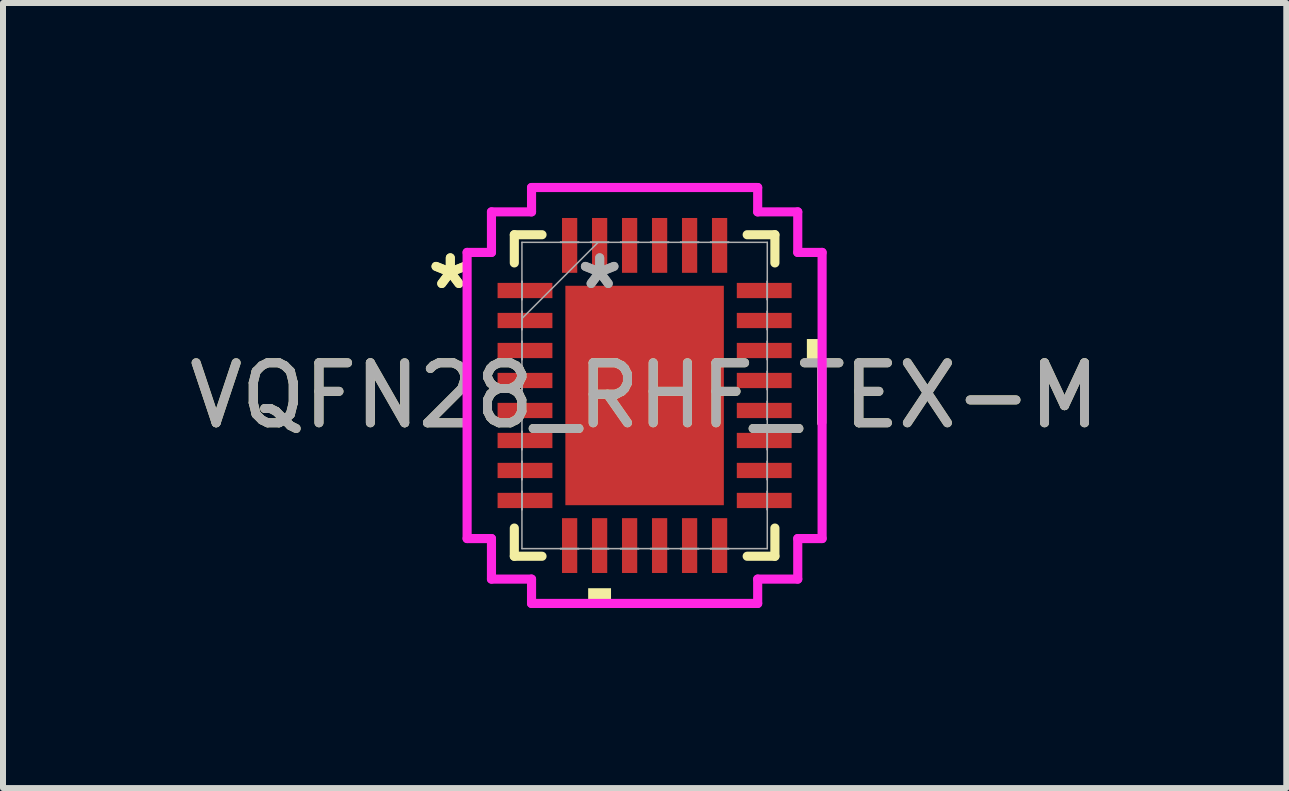
<source format=kicad_pcb>
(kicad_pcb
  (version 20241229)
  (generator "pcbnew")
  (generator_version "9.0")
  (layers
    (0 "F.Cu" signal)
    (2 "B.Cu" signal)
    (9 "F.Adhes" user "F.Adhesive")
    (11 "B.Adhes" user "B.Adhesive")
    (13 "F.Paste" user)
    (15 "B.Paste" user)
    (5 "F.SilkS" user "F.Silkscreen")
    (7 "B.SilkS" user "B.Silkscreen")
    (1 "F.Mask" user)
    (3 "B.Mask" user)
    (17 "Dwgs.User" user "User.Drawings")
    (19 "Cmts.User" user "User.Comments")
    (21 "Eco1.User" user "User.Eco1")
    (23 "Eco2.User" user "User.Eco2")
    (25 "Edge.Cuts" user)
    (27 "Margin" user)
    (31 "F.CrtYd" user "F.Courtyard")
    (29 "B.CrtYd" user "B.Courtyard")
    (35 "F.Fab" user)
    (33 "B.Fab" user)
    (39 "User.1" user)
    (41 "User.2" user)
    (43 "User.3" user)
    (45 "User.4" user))
  (footprint "VQFN28_RHF_TEX-M"
    (layer "F.Cu")
    (at 7.696 3.543)
    (property "Reference" "VQFN28_RHF_TEX-M" (at 0 0 0) (unlocked yes) (layer "F.SilkS") (effects (font (size 1 1) (thickness 0.15))))
    (attr smd)
    (fp_line (start -2.172 -2.68) (end -2.172 -2.21) (stroke (width 0.152) (type solid)) (layer "F.SilkS"))
    (fp_line (start -2.172 2.21) (end -2.172 2.68) (stroke (width 0.152) (type solid)) (layer "F.SilkS"))
    (fp_line (start -2.172 2.68) (end -1.71 2.68) (stroke (width 0.152) (type solid)) (layer "F.SilkS"))
    (fp_line (start -1.71 -2.68) (end -2.172 -2.68) (stroke (width 0.152) (type solid)) (layer "F.SilkS"))
    (fp_line (start 1.71 2.68) (end 2.172 2.68) (stroke (width 0.152) (type solid)) (layer "F.SilkS"))
    (fp_line (start 2.172 -2.68) (end 1.71 -2.68) (stroke (width 0.152) (type solid)) (layer "F.SilkS"))
    (fp_line (start 2.172 -2.21) (end 2.172 -2.68) (stroke (width 0.152) (type solid)) (layer "F.SilkS"))
    (fp_line (start 2.172 2.68) (end 2.172 2.21) (stroke (width 0.152) (type solid)) (layer "F.SilkS"))
    (fp_poly (pts (xy -0.941 3.213) (xy -0.941 3.467) (xy -0.56 3.467) (xy -0.56 3.213)) (stroke (width 0) (type solid)) (fill yes) (layer "F.SilkS"))
    (fp_poly (pts (xy 2.959 -0.941) (xy 2.959 -0.56) (xy 2.705 -0.56) (xy 2.705 -0.941)) (stroke (width 0) (type solid)) (fill yes) (layer "F.SilkS"))
    (fp_line (start -2.959 -2.385) (end -2.553 -2.385) (stroke (width 0.152) (type solid)) (layer "F.CrtYd"))
    (fp_line (start -2.959 2.385) (end -2.959 -2.385) (stroke (width 0.152) (type solid)) (layer "F.CrtYd"))
    (fp_line (start -2.553 -3.061) (end -1.885 -3.061) (stroke (width 0.152) (type solid)) (layer "F.CrtYd"))
    (fp_line (start -2.553 -2.385) (end -2.553 -3.061) (stroke (width 0.152) (type solid)) (layer "F.CrtYd"))
    (fp_line (start -2.553 2.385) (end -2.959 2.385) (stroke (width 0.152) (type solid)) (layer "F.CrtYd"))
    (fp_line (start -2.553 3.061) (end -2.553 2.385) (stroke (width 0.152) (type solid)) (layer "F.CrtYd"))
    (fp_line (start -1.885 -3.467) (end 1.885 -3.467) (stroke (width 0.152) (type solid)) (layer "F.CrtYd"))
    (fp_line (start -1.885 -3.061) (end -1.885 -3.467) (stroke (width 0.152) (type solid)) (layer "F.CrtYd"))
    (fp_line (start -1.885 3.061) (end -2.553 3.061) (stroke (width 0.152) (type solid)) (layer "F.CrtYd"))
    (fp_line (start -1.885 3.467) (end -1.885 3.061) (stroke (width 0.152) (type solid)) (layer "F.CrtYd"))
    (fp_line (start 1.885 -3.467) (end 1.885 -3.061) (stroke (width 0.152) (type solid)) (layer "F.CrtYd"))
    (fp_line (start 1.885 -3.061) (end 2.553 -3.061) (stroke (width 0.152) (type solid)) (layer "F.CrtYd"))
    (fp_line (start 1.885 3.061) (end 1.885 3.467) (stroke (width 0.152) (type solid)) (layer "F.CrtYd"))
    (fp_line (start 1.885 3.467) (end -1.885 3.467) (stroke (width 0.152) (type solid)) (layer "F.CrtYd"))
    (fp_line (start 2.553 -3.061) (end 2.553 -2.385) (stroke (width 0.152) (type solid)) (layer "F.CrtYd"))
    (fp_line (start 2.553 -2.385) (end 2.959 -2.385) (stroke (width 0.152) (type solid)) (layer "F.CrtYd"))
    (fp_line (start 2.553 2.385) (end 2.553 3.061) (stroke (width 0.152) (type solid)) (layer "F.CrtYd"))
    (fp_line (start 2.553 3.061) (end 1.885 3.061) (stroke (width 0.152) (type solid)) (layer "F.CrtYd"))
    (fp_line (start 2.959 -2.385) (end 2.959 2.385) (stroke (width 0.152) (type solid)) (layer "F.CrtYd"))
    (fp_line (start 2.959 2.385) (end 2.553 2.385) (stroke (width 0.152) (type solid)) (layer "F.CrtYd"))
    (fp_line (start -2.045 -2.553) (end -2.045 2.553) (stroke (width 0.025) (type solid)) (layer "F.Fab"))
    (fp_line (start -2.045 -1.903) (end -2.045 -1.903) (stroke (width 0.025) (type solid)) (layer "F.Fab"))
    (fp_line (start -2.045 -1.903) (end -2.045 -1.598) (stroke (width 0.025) (type solid)) (layer "F.Fab"))
    (fp_line (start -2.045 -1.598) (end -2.045 -1.903) (stroke (width 0.025) (type solid)) (layer "F.Fab"))
    (fp_line (start -2.045 -1.598) (end -2.045 -1.598) (stroke (width 0.025) (type solid)) (layer "F.Fab"))
    (fp_line (start -2.045 -1.403) (end -2.045 -1.403) (stroke (width 0.025) (type solid)) (layer "F.Fab"))
    (fp_line (start -2.045 -1.403) (end -2.045 -1.098) (stroke (width 0.025) (type solid)) (layer "F.Fab"))
    (fp_line (start -2.045 -1.283) (end -0.775 -2.553) (stroke (width 0.025) (type solid)) (layer "F.Fab"))
    (fp_line (start -2.045 -1.098) (end -2.045 -1.403) (stroke (width 0.025) (type solid)) (layer "F.Fab"))
    (fp_line (start -2.045 -1.098) (end -2.045 -1.098) (stroke (width 0.025) (type solid)) (layer "F.Fab"))
    (fp_line (start -2.045 -0.903) (end -2.045 -0.903) (stroke (width 0.025) (type solid)) (layer "F.Fab"))
    (fp_line (start -2.045 -0.903) (end -2.045 -0.598) (stroke (width 0.025) (type solid)) (layer "F.Fab"))
    (fp_line (start -2.045 -0.598) (end -2.045 -0.903) (stroke (width 0.025) (type solid)) (layer "F.Fab"))
    (fp_line (start -2.045 -0.598) (end -2.045 -0.598) (stroke (width 0.025) (type solid)) (layer "F.Fab"))
    (fp_line (start -2.045 -0.402) (end -2.045 -0.402) (stroke (width 0.025) (type solid)) (layer "F.Fab"))
    (fp_line (start -2.045 -0.402) (end -2.045 -0.098) (stroke (width 0.025) (type solid)) (layer "F.Fab"))
    (fp_line (start -2.045 -0.098) (end -2.045 -0.402) (stroke (width 0.025) (type solid)) (layer "F.Fab"))
    (fp_line (start -2.045 -0.098) (end -2.045 -0.098) (stroke (width 0.025) (type solid)) (layer "F.Fab"))
    (fp_line (start -2.045 0.098) (end -2.045 0.098) (stroke (width 0.025) (type solid)) (layer "F.Fab"))
    (fp_line (start -2.045 0.098) (end -2.045 0.402) (stroke (width 0.025) (type solid)) (layer "F.Fab"))
    (fp_line (start -2.045 0.402) (end -2.045 0.098) (stroke (width 0.025) (type solid)) (layer "F.Fab"))
    (fp_line (start -2.045 0.402) (end -2.045 0.402) (stroke (width 0.025) (type solid)) (layer "F.Fab"))
    (fp_line (start -2.045 0.598) (end -2.045 0.598) (stroke (width 0.025) (type solid)) (layer "F.Fab"))
    (fp_line (start -2.045 0.598) (end -2.045 0.903) (stroke (width 0.025) (type solid)) (layer "F.Fab"))
    (fp_line (start -2.045 0.903) (end -2.045 0.598) (stroke (width 0.025) (type solid)) (layer "F.Fab"))
    (fp_line (start -2.045 0.903) (end -2.045 0.903) (stroke (width 0.025) (type solid)) (layer "F.Fab"))
    (fp_line (start -2.045 1.098) (end -2.045 1.098) (stroke (width 0.025) (type solid)) (layer "F.Fab"))
    (fp_line (start -2.045 1.098) (end -2.045 1.403) (stroke (width 0.025) (type solid)) (layer "F.Fab"))
    (fp_line (start -2.045 1.403) (end -2.045 1.098) (stroke (width 0.025) (type solid)) (layer "F.Fab"))
    (fp_line (start -2.045 1.403) (end -2.045 1.403) (stroke (width 0.025) (type solid)) (layer "F.Fab"))
    (fp_line (start -2.045 1.598) (end -2.045 1.598) (stroke (width 0.025) (type solid)) (layer "F.Fab"))
    (fp_line (start -2.045 1.598) (end -2.045 1.903) (stroke (width 0.025) (type solid)) (layer "F.Fab"))
    (fp_line (start -2.045 1.903) (end -2.045 1.598) (stroke (width 0.025) (type solid)) (layer "F.Fab"))
    (fp_line (start -2.045 1.903) (end -2.045 1.903) (stroke (width 0.025) (type solid)) (layer "F.Fab"))
    (fp_line (start -2.045 2.553) (end 2.045 2.553) (stroke (width 0.025) (type solid)) (layer "F.Fab"))
    (fp_line (start -1.403 -2.553) (end -1.403 -2.553) (stroke (width 0.025) (type solid)) (layer "F.Fab"))
    (fp_line (start -1.403 -2.553) (end -1.098 -2.553) (stroke (width 0.025) (type solid)) (layer "F.Fab"))
    (fp_line (start -1.403 2.553) (end -1.403 2.553) (stroke (width 0.025) (type solid)) (layer "F.Fab"))
    (fp_line (start -1.403 2.553) (end -1.098 2.553) (stroke (width 0.025) (type solid)) (layer "F.Fab"))
    (fp_line (start -1.098 -2.553) (end -1.403 -2.553) (stroke (width 0.025) (type solid)) (layer "F.Fab"))
    (fp_line (start -1.098 -2.553) (end -1.098 -2.553) (stroke (width 0.025) (type solid)) (layer "F.Fab"))
    (fp_line (start -1.098 2.553) (end -1.403 2.553) (stroke (width 0.025) (type solid)) (layer "F.Fab"))
    (fp_line (start -1.098 2.553) (end -1.098 2.553) (stroke (width 0.025) (type solid)) (layer "F.Fab"))
    (fp_line (start -0.903 -2.553) (end -0.903 -2.553) (stroke (width 0.025) (type solid)) (layer "F.Fab"))
    (fp_line (start -0.903 -2.553) (end -0.598 -2.553) (stroke (width 0.025) (type solid)) (layer "F.Fab"))
    (fp_line (start -0.903 2.553) (end -0.903 2.553) (stroke (width 0.025) (type solid)) (layer "F.Fab"))
    (fp_line (start -0.903 2.553) (end -0.598 2.553) (stroke (width 0.025) (type solid)) (layer "F.Fab"))
    (fp_line (start -0.598 -2.553) (end -0.903 -2.553) (stroke (width 0.025) (type solid)) (layer "F.Fab"))
    (fp_line (start -0.598 -2.553) (end -0.598 -2.553) (stroke (width 0.025) (type solid)) (layer "F.Fab"))
    (fp_line (start -0.598 2.553) (end -0.903 2.553) (stroke (width 0.025) (type solid)) (layer "F.Fab"))
    (fp_line (start -0.598 2.553) (end -0.598 2.553) (stroke (width 0.025) (type solid)) (layer "F.Fab"))
    (fp_line (start -0.402 -2.553) (end -0.402 -2.553) (stroke (width 0.025) (type solid)) (layer "F.Fab"))
    (fp_line (start -0.402 -2.553) (end -0.098 -2.553) (stroke (width 0.025) (type solid)) (layer "F.Fab"))
    (fp_line (start -0.402 2.553) (end -0.402 2.553) (stroke (width 0.025) (type solid)) (layer "F.Fab"))
    (fp_line (start -0.402 2.553) (end -0.098 2.553) (stroke (width 0.025) (type solid)) (layer "F.Fab"))
    (fp_line (start -0.098 -2.553) (end -0.402 -2.553) (stroke (width 0.025) (type solid)) (layer "F.Fab"))
    (fp_line (start -0.098 -2.553) (end -0.098 -2.553) (stroke (width 0.025) (type solid)) (layer "F.Fab"))
    (fp_line (start -0.098 2.553) (end -0.402 2.553) (stroke (width 0.025) (type solid)) (layer "F.Fab"))
    (fp_line (start -0.098 2.553) (end -0.098 2.553) (stroke (width 0.025) (type solid)) (layer "F.Fab"))
    (fp_line (start 0.098 -2.553) (end 0.098 -2.553) (stroke (width 0.025) (type solid)) (layer "F.Fab"))
    (fp_line (start 0.098 -2.553) (end 0.402 -2.553) (stroke (width 0.025) (type solid)) (layer "F.Fab"))
    (fp_line (start 0.098 2.553) (end 0.098 2.553) (stroke (width 0.025) (type solid)) (layer "F.Fab"))
    (fp_line (start 0.098 2.553) (end 0.402 2.553) (stroke (width 0.025) (type solid)) (layer "F.Fab"))
    (fp_line (start 0.402 -2.553) (end 0.098 -2.553) (stroke (width 0.025) (type solid)) (layer "F.Fab"))
    (fp_line (start 0.402 -2.553) (end 0.402 -2.553) (stroke (width 0.025) (type solid)) (layer "F.Fab"))
    (fp_line (start 0.402 2.553) (end 0.098 2.553) (stroke (width 0.025) (type solid)) (layer "F.Fab"))
    (fp_line (start 0.402 2.553) (end 0.402 2.553) (stroke (width 0.025) (type solid)) (layer "F.Fab"))
    (fp_line (start 0.598 -2.553) (end 0.598 -2.553) (stroke (width 0.025) (type solid)) (layer "F.Fab"))
    (fp_line (start 0.598 -2.553) (end 0.903 -2.553) (stroke (width 0.025) (type solid)) (layer "F.Fab"))
    (fp_line (start 0.598 2.553) (end 0.598 2.553) (stroke (width 0.025) (type solid)) (layer "F.Fab"))
    (fp_line (start 0.598 2.553) (end 0.903 2.553) (stroke (width 0.025) (type solid)) (layer "F.Fab"))
    (fp_line (start 0.903 -2.553) (end 0.598 -2.553) (stroke (width 0.025) (type solid)) (layer "F.Fab"))
    (fp_line (start 0.903 -2.553) (end 0.903 -2.553) (stroke (width 0.025) (type solid)) (layer "F.Fab"))
    (fp_line (start 0.903 2.553) (end 0.598 2.553) (stroke (width 0.025) (type solid)) (layer "F.Fab"))
    (fp_line (start 0.903 2.553) (end 0.903 2.553) (stroke (width 0.025) (type solid)) (layer "F.Fab"))
    (fp_line (start 1.098 -2.553) (end 1.098 -2.553) (stroke (width 0.025) (type solid)) (layer "F.Fab"))
    (fp_line (start 1.098 -2.553) (end 1.403 -2.553) (stroke (width 0.025) (type solid)) (layer "F.Fab"))
    (fp_line (start 1.098 2.553) (end 1.098 2.553) (stroke (width 0.025) (type solid)) (layer "F.Fab"))
    (fp_line (start 1.098 2.553) (end 1.403 2.553) (stroke (width 0.025) (type solid)) (layer "F.Fab"))
    (fp_line (start 1.403 -2.553) (end 1.098 -2.553) (stroke (width 0.025) (type solid)) (layer "F.Fab"))
    (fp_line (start 1.403 -2.553) (end 1.403 -2.553) (stroke (width 0.025) (type solid)) (layer "F.Fab"))
    (fp_line (start 1.403 2.553) (end 1.098 2.553) (stroke (width 0.025) (type solid)) (layer "F.Fab"))
    (fp_line (start 1.403 2.553) (end 1.403 2.553) (stroke (width 0.025) (type solid)) (layer "F.Fab"))
    (fp_line (start 2.045 -2.553) (end -2.045 -2.553) (stroke (width 0.025) (type solid)) (layer "F.Fab"))
    (fp_line (start 2.045 -1.903) (end 2.045 -1.903) (stroke (width 0.025) (type solid)) (layer "F.Fab"))
    (fp_line (start 2.045 -1.903) (end 2.045 -1.598) (stroke (width 0.025) (type solid)) (layer "F.Fab"))
    (fp_line (start 2.045 -1.598) (end 2.045 -1.903) (stroke (width 0.025) (type solid)) (layer "F.Fab"))
    (fp_line (start 2.045 -1.598) (end 2.045 -1.598) (stroke (width 0.025) (type solid)) (layer "F.Fab"))
    (fp_line (start 2.045 -1.403) (end 2.045 -1.403) (stroke (width 0.025) (type solid)) (layer "F.Fab"))
    (fp_line (start 2.045 -1.403) (end 2.045 -1.098) (stroke (width 0.025) (type solid)) (layer "F.Fab"))
    (fp_line (start 2.045 -1.098) (end 2.045 -1.403) (stroke (width 0.025) (type solid)) (layer "F.Fab"))
    (fp_line (start 2.045 -1.098) (end 2.045 -1.098) (stroke (width 0.025) (type solid)) (layer "F.Fab"))
    (fp_line (start 2.045 -0.903) (end 2.045 -0.903) (stroke (width 0.025) (type solid)) (layer "F.Fab"))
    (fp_line (start 2.045 -0.903) (end 2.045 -0.598) (stroke (width 0.025) (type solid)) (layer "F.Fab"))
    (fp_line (start 2.045 -0.598) (end 2.045 -0.903) (stroke (width 0.025) (type solid)) (layer "F.Fab"))
    (fp_line (start 2.045 -0.598) (end 2.045 -0.598) (stroke (width 0.025) (type solid)) (layer "F.Fab"))
    (fp_line (start 2.045 -0.402) (end 2.045 -0.402) (stroke (width 0.025) (type solid)) (layer "F.Fab"))
    (fp_line (start 2.045 -0.402) (end 2.045 -0.098) (stroke (width 0.025) (type solid)) (layer "F.Fab"))
    (fp_line (start 2.045 -0.098) (end 2.045 -0.402) (stroke (width 0.025) (type solid)) (layer "F.Fab"))
    (fp_line (start 2.045 -0.098) (end 2.045 -0.098) (stroke (width 0.025) (type solid)) (layer "F.Fab"))
    (fp_line (start 2.045 0.098) (end 2.045 0.098) (stroke (width 0.025) (type solid)) (layer "F.Fab"))
    (fp_line (start 2.045 0.098) (end 2.045 0.402) (stroke (width 0.025) (type solid)) (layer "F.Fab"))
    (fp_line (start 2.045 0.402) (end 2.045 0.098) (stroke (width 0.025) (type solid)) (layer "F.Fab"))
    (fp_line (start 2.045 0.402) (end 2.045 0.402) (stroke (width 0.025) (type solid)) (layer "F.Fab"))
    (fp_line (start 2.045 0.598) (end 2.045 0.598) (stroke (width 0.025) (type solid)) (layer "F.Fab"))
    (fp_line (start 2.045 0.598) (end 2.045 0.903) (stroke (width 0.025) (type solid)) (layer "F.Fab"))
    (fp_line (start 2.045 0.903) (end 2.045 0.598) (stroke (width 0.025) (type solid)) (layer "F.Fab"))
    (fp_line (start 2.045 0.903) (end 2.045 0.903) (stroke (width 0.025) (type solid)) (layer "F.Fab"))
    (fp_line (start 2.045 1.098) (end 2.045 1.098) (stroke (width 0.025) (type solid)) (layer "F.Fab"))
    (fp_line (start 2.045 1.098) (end 2.045 1.403) (stroke (width 0.025) (type solid)) (layer "F.Fab"))
    (fp_line (start 2.045 1.403) (end 2.045 1.098) (stroke (width 0.025) (type solid)) (layer "F.Fab"))
    (fp_line (start 2.045 1.403) (end 2.045 1.403) (stroke (width 0.025) (type solid)) (layer "F.Fab"))
    (fp_line (start 2.045 1.598) (end 2.045 1.598) (stroke (width 0.025) (type solid)) (layer "F.Fab"))
    (fp_line (start 2.045 1.598) (end 2.045 1.903) (stroke (width 0.025) (type solid)) (layer "F.Fab"))
    (fp_line (start 2.045 1.903) (end 2.045 1.598) (stroke (width 0.025) (type solid)) (layer "F.Fab"))
    (fp_line (start 2.045 1.903) (end 2.045 1.903) (stroke (width 0.025) (type solid)) (layer "F.Fab"))
    (fp_line (start 2.045 2.553) (end 2.045 -2.553) (stroke (width 0.025) (type solid)) (layer "F.Fab"))
    (fp_text user "*" (at -3.239 -1.75 0) (layer "F.SilkS") (effects (font (size 1 1) (thickness 0.15))))
    (fp_text user "*" (at -3.239 -1.75 0) (unlocked yes) (layer "F.SilkS") (effects (font (size 1 1) (thickness 0.15))))
    (fp_text user "${REFERENCE}" (at 0 0 0) (unlocked yes) (layer "F.Fab") (effects (font (size 1 1) (thickness 0.15))))
    (fp_text user "*" (at -0.749 -1.75 0) (layer "F.Fab") (effects (font (size 1 1) (thickness 0.15))))
    (fp_text user "*" (at -0.749 -1.75 0) (unlocked yes) (layer "F.Fab") (effects (font (size 1 1) (thickness 0.15))))
    (pad "1" smd rect (at -1.994 -1.75 90) (size 0.254 0.914) (layers "F.Cu" "F.Mask" "F.Paste"))
    (pad "2" smd rect (at -1.994 -1.25 90) (size 0.254 0.914) (layers "F.Cu" "F.Mask" "F.Paste"))
    (pad "3" smd rect (at -1.994 -0.75 90) (size 0.254 0.914) (layers "F.Cu" "F.Mask" "F.Paste"))
    (pad "4" smd rect (at -1.994 -0.25 90) (size 0.254 0.914) (layers "F.Cu" "F.Mask" "F.Paste"))
    (pad "5" smd rect (at -1.994 0.25 90) (size 0.254 0.914) (layers "F.Cu" "F.Mask" "F.Paste"))
    (pad "6" smd rect (at -1.994 0.75 90) (size 0.254 0.914) (layers "F.Cu" "F.Mask" "F.Paste"))
    (pad "7" smd rect (at -1.994 1.25 90) (size 0.254 0.914) (layers "F.Cu" "F.Mask" "F.Paste"))
    (pad "8" smd rect (at -1.994 1.75 90) (size 0.254 0.914) (layers "F.Cu" "F.Mask" "F.Paste"))
    (pad "9" smd rect (at -1.25 2.502) (size 0.254 0.914) (layers "F.Cu" "F.Mask" "F.Paste"))
    (pad "10" smd rect (at -0.75 2.502) (size 0.254 0.914) (layers "F.Cu" "F.Mask" "F.Paste"))
    (pad "11" smd rect (at -0.25 2.502) (size 0.254 0.914) (layers "F.Cu" "F.Mask" "F.Paste"))
    (pad "12" smd rect (at 0.25 2.502) (size 0.254 0.914) (layers "F.Cu" "F.Mask" "F.Paste"))
    (pad "13" smd rect (at 0.75 2.502) (size 0.254 0.914) (layers "F.Cu" "F.Mask" "F.Paste"))
    (pad "14" smd rect (at 1.25 2.502) (size 0.254 0.914) (layers "F.Cu" "F.Mask" "F.Paste"))
    (pad "15" smd rect (at 1.994 1.75 90) (size 0.254 0.914) (layers "F.Cu" "F.Mask" "F.Paste"))
    (pad "16" smd rect (at 1.994 1.25 90) (size 0.254 0.914) (layers "F.Cu" "F.Mask" "F.Paste"))
    (pad "17" smd rect (at 1.994 0.75 90) (size 0.254 0.914) (layers "F.Cu" "F.Mask" "F.Paste"))
    (pad "18" smd rect (at 1.994 0.25 90) (size 0.254 0.914) (layers "F.Cu" "F.Mask" "F.Paste"))
    (pad "19" smd rect (at 1.994 -0.25 90) (size 0.254 0.914) (layers "F.Cu" "F.Mask" "F.Paste"))
    (pad "20" smd rect (at 1.994 -0.75 90) (size 0.254 0.914) (layers "F.Cu" "F.Mask" "F.Paste"))
    (pad "21" smd rect (at 1.994 -1.25 90) (size 0.254 0.914) (layers "F.Cu" "F.Mask" "F.Paste"))
    (pad "22" smd rect (at 1.994 -1.75 90) (size 0.254 0.914) (layers "F.Cu" "F.Mask" "F.Paste"))
    (pad "23" smd rect (at 1.25 -2.502) (size 0.254 0.914) (layers "F.Cu" "F.Mask" "F.Paste"))
    (pad "24" smd rect (at 0.75 -2.502) (size 0.254 0.914) (layers "F.Cu" "F.Mask" "F.Paste"))
    (pad "25" smd rect (at 0.25 -2.502) (size 0.254 0.914) (layers "F.Cu" "F.Mask" "F.Paste"))
    (pad "26" smd rect (at -0.25 -2.502) (size 0.254 0.914) (layers "F.Cu" "F.Mask" "F.Paste"))
    (pad "27" smd rect (at -0.75 -2.502) (size 0.254 0.914) (layers "F.Cu" "F.Mask" "F.Paste"))
    (pad "28" smd rect (at -1.25 -2.502) (size 0.254 0.914) (layers "F.Cu" "F.Mask" "F.Paste"))
    (pad "29" smd rect (at 0 0) (size 2.642 3.658) (layers "F.Cu" "F.Mask" "F.Paste")))
  (gr_rect
    (start -3 -3)
    (end 18.393 10.087)
    (stroke (width 0.1) (type default))
    (fill no)
    (layer "Edge.Cuts")))
</source>
